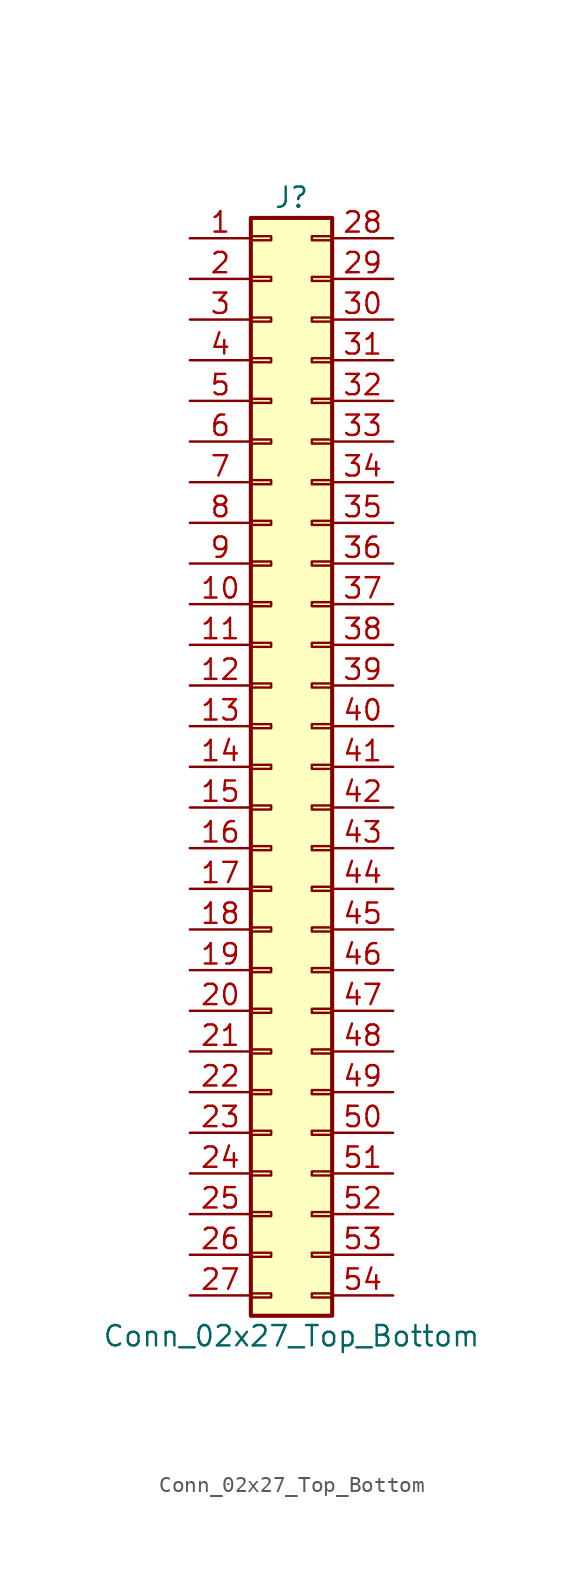
<source format=kicad_sym>
(kicad_symbol_lib
  (version 20211014)
  (generator kicad_symbol_editor)
  (symbol "Conn_02x27_Top_Bottom"
    (pin_names
      (offset 1.016) hide)
    (property "Reference" "J"
      (at 1.27 35.56 0)
      (effects (font (size 1.27 1.27))))
    (property "Value" "Conn_02x27_Top_Bottom"
      (at 1.27 -35.56 0)
      (effects (font (size 1.27 1.27))))
    (symbol "Conn_02x27_Top_Bottom_1_1"
      (rectangle (start -1.27 -32.893) (end 0 -33.147) (stroke (width 0.152) (type default) (color 0 0 0 0)) (fill (type none)))
      (rectangle (start -1.27 -30.353) (end 0 -30.607) (stroke (width 0.152) (type default) (color 0 0 0 0)) (fill (type none)))
      (rectangle (start -1.27 -27.813) (end 0 -28.067) (stroke (width 0.152) (type default) (color 0 0 0 0)) (fill (type none)))
      (rectangle (start -1.27 -25.273) (end 0 -25.527) (stroke (width 0.152) (type default) (color 0 0 0 0)) (fill (type none)))
      (rectangle (start -1.27 -22.733) (end 0 -22.987) (stroke (width 0.152) (type default) (color 0 0 0 0)) (fill (type none)))
      (rectangle (start -1.27 -20.193) (end 0 -20.447) (stroke (width 0.152) (type default) (color 0 0 0 0)) (fill (type none)))
      (rectangle (start -1.27 -17.653) (end 0 -17.907) (stroke (width 0.152) (type default) (color 0 0 0 0)) (fill (type none)))
      (rectangle (start -1.27 -15.113) (end 0 -15.367) (stroke (width 0.152) (type default) (color 0 0 0 0)) (fill (type none)))
      (rectangle (start -1.27 -12.573) (end 0 -12.827) (stroke (width 0.152) (type default) (color 0 0 0 0)) (fill (type none)))
      (rectangle (start -1.27 -10.033) (end 0 -10.287) (stroke (width 0.152) (type default) (color 0 0 0 0)) (fill (type none)))
      (rectangle (start -1.27 -7.493) (end 0 -7.747) (stroke (width 0.152) (type default) (color 0 0 0 0)) (fill (type none)))
      (rectangle (start -1.27 -4.953) (end 0 -5.207) (stroke (width 0.152) (type default) (color 0 0 0 0)) (fill (type none)))
      (rectangle (start -1.27 -2.413) (end 0 -2.667) (stroke (width 0.152) (type default) (color 0 0 0 0)) (fill (type none)))
      (rectangle (start -1.27 0.127) (end 0 -0.127) (stroke (width 0.152) (type default) (color 0 0 0 0)) (fill (type none)))
      (rectangle (start -1.27 2.667) (end 0 2.413) (stroke (width 0.152) (type default) (color 0 0 0 0)) (fill (type none)))
      (rectangle (start -1.27 5.207) (end 0 4.953) (stroke (width 0.152) (type default) (color 0 0 0 0)) (fill (type none)))
      (rectangle (start -1.27 7.747) (end 0 7.493) (stroke (width 0.152) (type default) (color 0 0 0 0)) (fill (type none)))
      (rectangle (start -1.27 10.287) (end 0 10.033) (stroke (width 0.152) (type default) (color 0 0 0 0)) (fill (type none)))
      (rectangle (start -1.27 12.827) (end 0 12.573) (stroke (width 0.152) (type default) (color 0 0 0 0)) (fill (type none)))
      (rectangle (start -1.27 15.367) (end 0 15.113) (stroke (width 0.152) (type default) (color 0 0 0 0)) (fill (type none)))
      (rectangle (start -1.27 17.907) (end 0 17.653) (stroke (width 0.152) (type default) (color 0 0 0 0)) (fill (type none)))
      (rectangle (start -1.27 20.447) (end 0 20.193) (stroke (width 0.152) (type default) (color 0 0 0 0)) (fill (type none)))
      (rectangle (start -1.27 22.987) (end 0 22.733) (stroke (width 0.152) (type default) (color 0 0 0 0)) (fill (type none)))
      (rectangle (start -1.27 25.527) (end 0 25.273) (stroke (width 0.152) (type default) (color 0 0 0 0)) (fill (type none)))
      (rectangle (start -1.27 28.067) (end 0 27.813) (stroke (width 0.152) (type default) (color 0 0 0 0)) (fill (type none)))
      (rectangle (start -1.27 30.607) (end 0 30.353) (stroke (width 0.152) (type default) (color 0 0 0 0)) (fill (type none)))
      (rectangle (start -1.27 33.147) (end 0 32.893) (stroke (width 0.152) (type default) (color 0 0 0 0)) (fill (type none)))
      (rectangle (start -1.27 34.29) (end 3.81 -34.29) (stroke (width 0.254) (type default) (color 0 0 0 0)) (fill (type background)))
      (rectangle (start 3.81 -32.893) (end 2.54 -33.147) (stroke (width 0.152) (type default) (color 0 0 0 0)) (fill (type none)))
      (rectangle (start 3.81 -30.353) (end 2.54 -30.607) (stroke (width 0.152) (type default) (color 0 0 0 0)) (fill (type none)))
      (rectangle (start 3.81 -27.813) (end 2.54 -28.067) (stroke (width 0.152) (type default) (color 0 0 0 0)) (fill (type none)))
      (rectangle (start 3.81 -25.273) (end 2.54 -25.527) (stroke (width 0.152) (type default) (color 0 0 0 0)) (fill (type none)))
      (rectangle (start 3.81 -22.733) (end 2.54 -22.987) (stroke (width 0.152) (type default) (color 0 0 0 0)) (fill (type none)))
      (rectangle (start 3.81 -20.193) (end 2.54 -20.447) (stroke (width 0.152) (type default) (color 0 0 0 0)) (fill (type none)))
      (rectangle (start 3.81 -17.653) (end 2.54 -17.907) (stroke (width 0.152) (type default) (color 0 0 0 0)) (fill (type none)))
      (rectangle (start 3.81 -15.113) (end 2.54 -15.367) (stroke (width 0.152) (type default) (color 0 0 0 0)) (fill (type none)))
      (rectangle (start 3.81 -12.573) (end 2.54 -12.827) (stroke (width 0.152) (type default) (color 0 0 0 0)) (fill (type none)))
      (rectangle (start 3.81 -10.033) (end 2.54 -10.287) (stroke (width 0.152) (type default) (color 0 0 0 0)) (fill (type none)))
      (rectangle (start 3.81 -7.493) (end 2.54 -7.747) (stroke (width 0.152) (type default) (color 0 0 0 0)) (fill (type none)))
      (rectangle (start 3.81 -4.953) (end 2.54 -5.207) (stroke (width 0.152) (type default) (color 0 0 0 0)) (fill (type none)))
      (rectangle (start 3.81 -2.413) (end 2.54 -2.667) (stroke (width 0.152) (type default) (color 0 0 0 0)) (fill (type none)))
      (rectangle (start 3.81 0.127) (end 2.54 -0.127) (stroke (width 0.152) (type default) (color 0 0 0 0)) (fill (type none)))
      (rectangle (start 3.81 2.667) (end 2.54 2.413) (stroke (width 0.152) (type default) (color 0 0 0 0)) (fill (type none)))
      (rectangle (start 3.81 5.207) (end 2.54 4.953) (stroke (width 0.152) (type default) (color 0 0 0 0)) (fill (type none)))
      (rectangle (start 3.81 7.747) (end 2.54 7.493) (stroke (width 0.152) (type default) (color 0 0 0 0)) (fill (type none)))
      (rectangle (start 3.81 10.287) (end 2.54 10.033) (stroke (width 0.152) (type default) (color 0 0 0 0)) (fill (type none)))
      (rectangle (start 3.81 12.827) (end 2.54 12.573) (stroke (width 0.152) (type default) (color 0 0 0 0)) (fill (type none)))
      (rectangle (start 3.81 15.367) (end 2.54 15.113) (stroke (width 0.152) (type default) (color 0 0 0 0)) (fill (type none)))
      (rectangle (start 3.81 17.907) (end 2.54 17.653) (stroke (width 0.152) (type default) (color 0 0 0 0)) (fill (type none)))
      (rectangle (start 3.81 20.447) (end 2.54 20.193) (stroke (width 0.152) (type default) (color 0 0 0 0)) (fill (type none)))
      (rectangle (start 3.81 22.987) (end 2.54 22.733) (stroke (width 0.152) (type default) (color 0 0 0 0)) (fill (type none)))
      (rectangle (start 3.81 25.527) (end 2.54 25.273) (stroke (width 0.152) (type default) (color 0 0 0 0)) (fill (type none)))
      (rectangle (start 3.81 28.067) (end 2.54 27.813) (stroke (width 0.152) (type default) (color 0 0 0 0)) (fill (type none)))
      (rectangle (start 3.81 30.607) (end 2.54 30.353) (stroke (width 0.152) (type default) (color 0 0 0 0)) (fill (type none)))
      (rectangle (start 3.81 33.147) (end 2.54 32.893) (stroke (width 0.152) (type default) (color 0 0 0 0)) (fill (type none)))
      (pin passive line (at -5.08 33.02 0) (length 3.81) (name "Pin_1" (effects (font (size 1.27 1.27)))) (number "1" (effects (font (size 1.27 1.27)))))
      (pin passive line (at -5.08 10.16 0) (length 3.81) (name "Pin_10" (effects (font (size 1.27 1.27)))) (number "10" (effects (font (size 1.27 1.27)))))
      (pin passive line (at -5.08 7.62 0) (length 3.81) (name "Pin_11" (effects (font (size 1.27 1.27)))) (number "11" (effects (font (size 1.27 1.27)))))
      (pin passive line (at -5.08 5.08 0) (length 3.81) (name "Pin_12" (effects (font (size 1.27 1.27)))) (number "12" (effects (font (size 1.27 1.27)))))
      (pin passive line (at -5.08 2.54 0) (length 3.81) (name "Pin_13" (effects (font (size 1.27 1.27)))) (number "13" (effects (font (size 1.27 1.27)))))
      (pin passive line (at -5.08 0 0) (length 3.81) (name "Pin_14" (effects (font (size 1.27 1.27)))) (number "14" (effects (font (size 1.27 1.27)))))
      (pin passive line (at -5.08 -2.54 0) (length 3.81) (name "Pin_15" (effects (font (size 1.27 1.27)))) (number "15" (effects (font (size 1.27 1.27)))))
      (pin passive line (at -5.08 -5.08 0) (length 3.81) (name "Pin_16" (effects (font (size 1.27 1.27)))) (number "16" (effects (font (size 1.27 1.27)))))
      (pin passive line (at -5.08 -7.62 0) (length 3.81) (name "Pin_17" (effects (font (size 1.27 1.27)))) (number "17" (effects (font (size 1.27 1.27)))))
      (pin passive line (at -5.08 -10.16 0) (length 3.81) (name "Pin_18" (effects (font (size 1.27 1.27)))) (number "18" (effects (font (size 1.27 1.27)))))
      (pin passive line (at -5.08 -12.7 0) (length 3.81) (name "Pin_19" (effects (font (size 1.27 1.27)))) (number "19" (effects (font (size 1.27 1.27)))))
      (pin passive line (at -5.08 30.48 0) (length 3.81) (name "Pin_2" (effects (font (size 1.27 1.27)))) (number "2" (effects (font (size 1.27 1.27)))))
      (pin passive line (at -5.08 -15.24 0) (length 3.81) (name "Pin_20" (effects (font (size 1.27 1.27)))) (number "20" (effects (font (size 1.27 1.27)))))
      (pin passive line (at -5.08 -17.78 0) (length 3.81) (name "Pin_21" (effects (font (size 1.27 1.27)))) (number "21" (effects (font (size 1.27 1.27)))))
      (pin passive line (at -5.08 -20.32 0) (length 3.81) (name "Pin_22" (effects (font (size 1.27 1.27)))) (number "22" (effects (font (size 1.27 1.27)))))
      (pin passive line (at -5.08 -22.86 0) (length 3.81) (name "Pin_23" (effects (font (size 1.27 1.27)))) (number "23" (effects (font (size 1.27 1.27)))))
      (pin passive line (at -5.08 -25.4 0) (length 3.81) (name "Pin_24" (effects (font (size 1.27 1.27)))) (number "24" (effects (font (size 1.27 1.27)))))
      (pin passive line (at -5.08 -27.94 0) (length 3.81) (name "Pin_25" (effects (font (size 1.27 1.27)))) (number "25" (effects (font (size 1.27 1.27)))))
      (pin passive line (at -5.08 -30.48 0) (length 3.81) (name "Pin_26" (effects (font (size 1.27 1.27)))) (number "26" (effects (font (size 1.27 1.27)))))
      (pin passive line (at -5.08 -33.02 0) (length 3.81) (name "Pin_27" (effects (font (size 1.27 1.27)))) (number "27" (effects (font (size 1.27 1.27)))))
      (pin passive line (at 7.62 33.02 180) (length 3.81) (name "Pin_28" (effects (font (size 1.27 1.27)))) (number "28" (effects (font (size 1.27 1.27)))))
      (pin passive line (at 7.62 30.48 180) (length 3.81) (name "Pin_29" (effects (font (size 1.27 1.27)))) (number "29" (effects (font (size 1.27 1.27)))))
      (pin passive line (at -5.08 27.94 0) (length 3.81) (name "Pin_3" (effects (font (size 1.27 1.27)))) (number "3" (effects (font (size 1.27 1.27)))))
      (pin passive line (at 7.62 27.94 180) (length 3.81) (name "Pin_30" (effects (font (size 1.27 1.27)))) (number "30" (effects (font (size 1.27 1.27)))))
      (pin passive line (at 7.62 25.4 180) (length 3.81) (name "Pin_31" (effects (font (size 1.27 1.27)))) (number "31" (effects (font (size 1.27 1.27)))))
      (pin passive line (at 7.62 22.86 180) (length 3.81) (name "Pin_32" (effects (font (size 1.27 1.27)))) (number "32" (effects (font (size 1.27 1.27)))))
      (pin passive line (at 7.62 20.32 180) (length 3.81) (name "Pin_33" (effects (font (size 1.27 1.27)))) (number "33" (effects (font (size 1.27 1.27)))))
      (pin passive line (at 7.62 17.78 180) (length 3.81) (name "Pin_34" (effects (font (size 1.27 1.27)))) (number "34" (effects (font (size 1.27 1.27)))))
      (pin passive line (at 7.62 15.24 180) (length 3.81) (name "Pin_35" (effects (font (size 1.27 1.27)))) (number "35" (effects (font (size 1.27 1.27)))))
      (pin passive line (at 7.62 12.7 180) (length 3.81) (name "Pin_36" (effects (font (size 1.27 1.27)))) (number "36" (effects (font (size 1.27 1.27)))))
      (pin passive line (at 7.62 10.16 180) (length 3.81) (name "Pin_37" (effects (font (size 1.27 1.27)))) (number "37" (effects (font (size 1.27 1.27)))))
      (pin passive line (at 7.62 7.62 180) (length 3.81) (name "Pin_38" (effects (font (size 1.27 1.27)))) (number "38" (effects (font (size 1.27 1.27)))))
      (pin passive line (at 7.62 5.08 180) (length 3.81) (name "Pin_39" (effects (font (size 1.27 1.27)))) (number "39" (effects (font (size 1.27 1.27)))))
      (pin passive line (at -5.08 25.4 0) (length 3.81) (name "Pin_4" (effects (font (size 1.27 1.27)))) (number "4" (effects (font (size 1.27 1.27)))))
      (pin passive line (at 7.62 2.54 180) (length 3.81) (name "Pin_40" (effects (font (size 1.27 1.27)))) (number "40" (effects (font (size 1.27 1.27)))))
      (pin passive line (at 7.62 0 180) (length 3.81) (name "Pin_41" (effects (font (size 1.27 1.27)))) (number "41" (effects (font (size 1.27 1.27)))))
      (pin passive line (at 7.62 -2.54 180) (length 3.81) (name "Pin_42" (effects (font (size 1.27 1.27)))) (number "42" (effects (font (size 1.27 1.27)))))
      (pin passive line (at 7.62 -5.08 180) (length 3.81) (name "Pin_43" (effects (font (size 1.27 1.27)))) (number "43" (effects (font (size 1.27 1.27)))))
      (pin passive line (at 7.62 -7.62 180) (length 3.81) (name "Pin_44" (effects (font (size 1.27 1.27)))) (number "44" (effects (font (size 1.27 1.27)))))
      (pin passive line (at 7.62 -10.16 180) (length 3.81) (name "Pin_45" (effects (font (size 1.27 1.27)))) (number "45" (effects (font (size 1.27 1.27)))))
      (pin passive line (at 7.62 -12.7 180) (length 3.81) (name "Pin_46" (effects (font (size 1.27 1.27)))) (number "46" (effects (font (size 1.27 1.27)))))
      (pin passive line (at 7.62 -15.24 180) (length 3.81) (name "Pin_47" (effects (font (size 1.27 1.27)))) (number "47" (effects (font (size 1.27 1.27)))))
      (pin passive line (at 7.62 -17.78 180) (length 3.81) (name "Pin_48" (effects (font (size 1.27 1.27)))) (number "48" (effects (font (size 1.27 1.27)))))
      (pin passive line (at 7.62 -20.32 180) (length 3.81) (name "Pin_49" (effects (font (size 1.27 1.27)))) (number "49" (effects (font (size 1.27 1.27)))))
      (pin passive line (at -5.08 22.86 0) (length 3.81) (name "Pin_5" (effects (font (size 1.27 1.27)))) (number "5" (effects (font (size 1.27 1.27)))))
      (pin passive line (at 7.62 -22.86 180) (length 3.81) (name "Pin_50" (effects (font (size 1.27 1.27)))) (number "50" (effects (font (size 1.27 1.27)))))
      (pin passive line (at 7.62 -25.4 180) (length 3.81) (name "Pin_51" (effects (font (size 1.27 1.27)))) (number "51" (effects (font (size 1.27 1.27)))))
      (pin passive line (at 7.62 -27.94 180) (length 3.81) (name "Pin_52" (effects (font (size 1.27 1.27)))) (number "52" (effects (font (size 1.27 1.27)))))
      (pin passive line (at 7.62 -30.48 180) (length 3.81) (name "Pin_53" (effects (font (size 1.27 1.27)))) (number "53" (effects (font (size 1.27 1.27)))))
      (pin passive line (at 7.62 -33.02 180) (length 3.81) (name "Pin_54" (effects (font (size 1.27 1.27)))) (number "54" (effects (font (size 1.27 1.27)))))
      (pin passive line (at -5.08 20.32 0) (length 3.81) (name "Pin_6" (effects (font (size 1.27 1.27)))) (number "6" (effects (font (size 1.27 1.27)))))
      (pin passive line (at -5.08 17.78 0) (length 3.81) (name "Pin_7" (effects (font (size 1.27 1.27)))) (number "7" (effects (font (size 1.27 1.27)))))
      (pin passive line (at -5.08 15.24 0) (length 3.81) (name "Pin_8" (effects (font (size 1.27 1.27)))) (number "8" (effects (font (size 1.27 1.27)))))
      (pin passive line (at -5.08 12.7 0) (length 3.81) (name "Pin_9" (effects (font (size 1.27 1.27)))) (number "9" (effects (font (size 1.27 1.27))))))))
</source>
